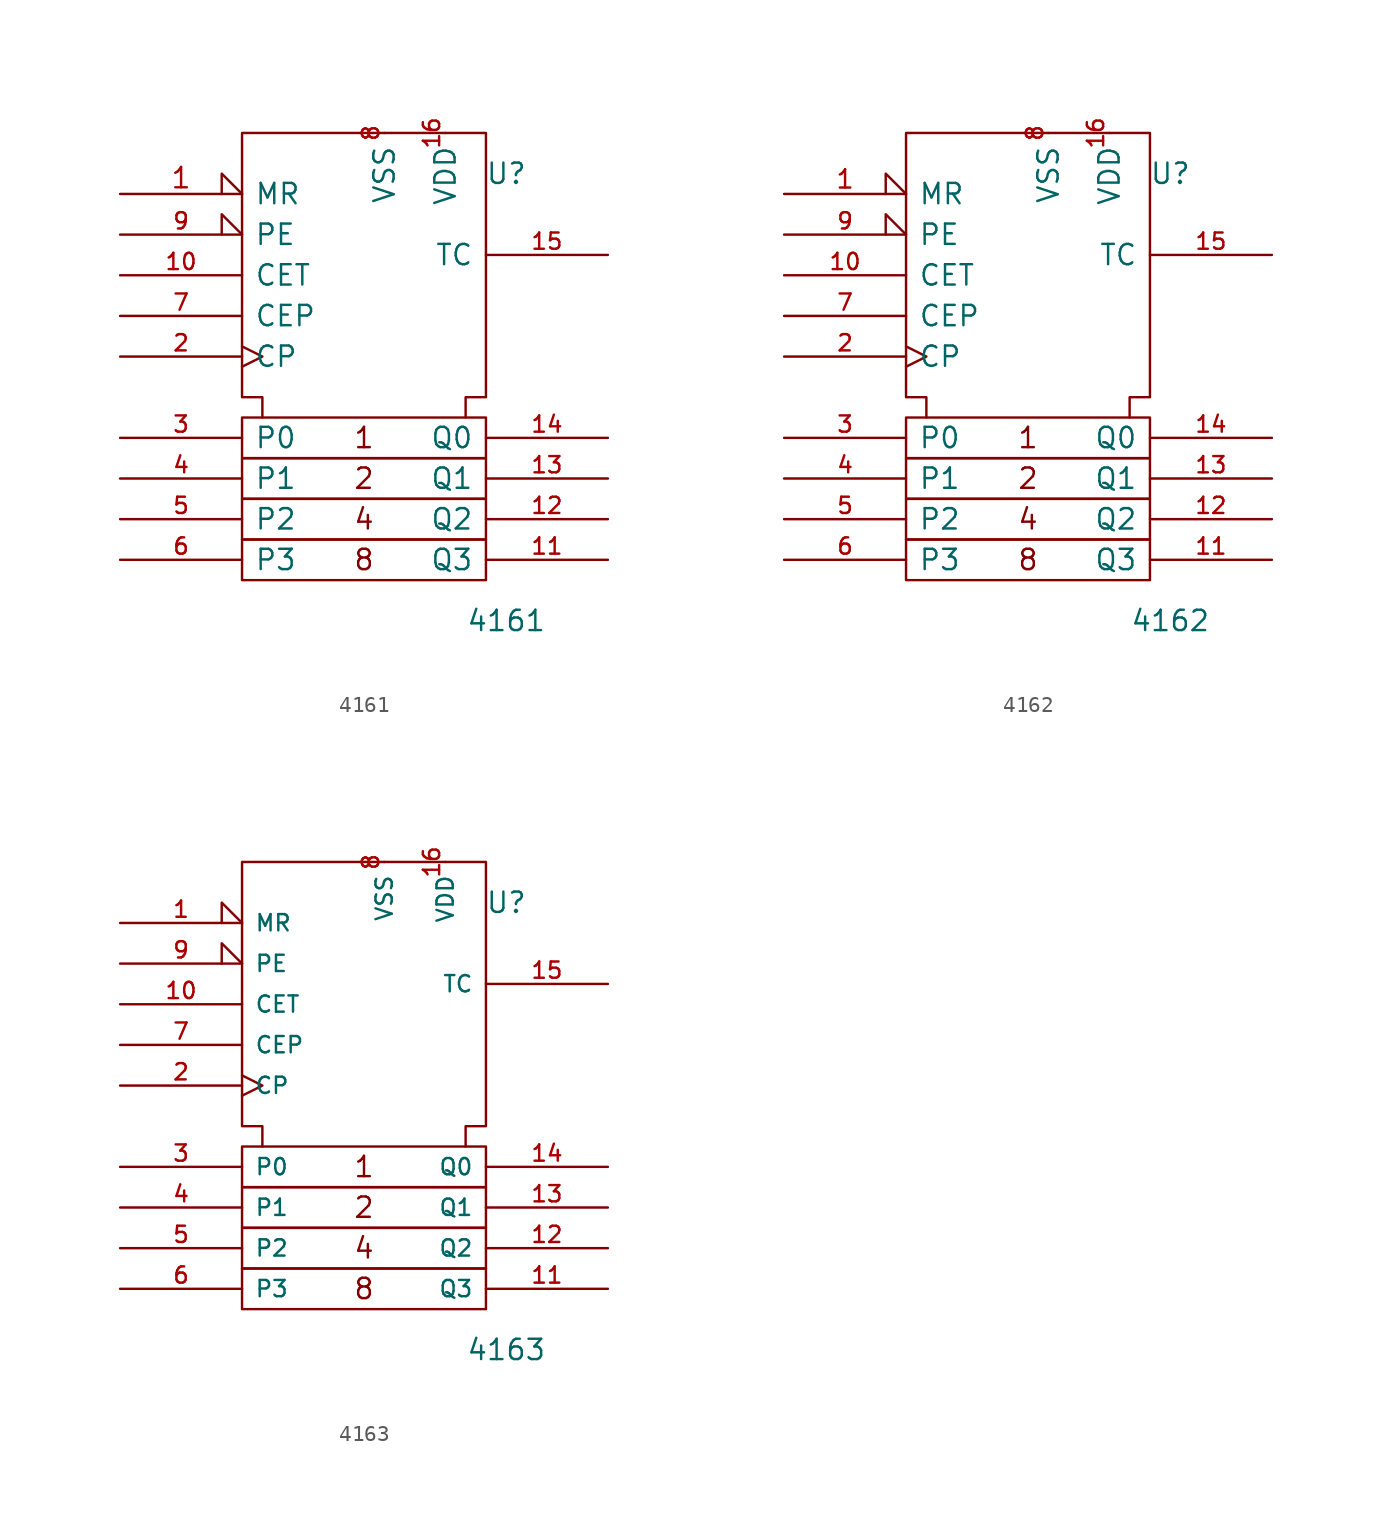
<source format=kicad_sym>
(kicad_symbol_lib
  (version 20201005)
  (generator kicad_symbol_editor)
  (symbol "4xxx_IEEE:4161"
    (pin_names
      (offset 0.762))
    (property "Reference" "U"
      (at 8.89 8.89 0)
      (effects (font (size 1.27 1.27))))
    (property "Value" "4161"
      (at 8.89 -19.05 0)
      (effects (font (size 1.27 1.27))))
    (symbol "4161_0_0"
      (text "1" (at 0 -7.62 0) (effects (font (size 1.27 1.27))))
      (text "2" (at 0 -10.16 0) (effects (font (size 1.27 1.27))))
      (text "4" (at 0 -12.7 0) (effects (font (size 1.27 1.27))))
      (text "8" (at 0 -15.24 0) (effects (font (size 1.27 1.27))))
      (rectangle (start -7.62 -13.97) (end 7.62 -16.51) (stroke (width 0)) (fill (type none)))
      (rectangle (start -7.62 -11.43) (end 7.62 -13.97) (stroke (width 0)) (fill (type none)))
      (rectangle (start -7.62 -8.89) (end 7.62 -11.43) (stroke (width 0)) (fill (type none)))
      (rectangle (start -7.62 -6.35) (end 7.62 -8.89) (stroke (width 0)) (fill (type none)))
      (polyline (pts (xy -6.35 -6.35) (xy -6.35 -5.08) (xy -7.62 -5.08) (xy -7.62 11.43) (xy 7.62 11.43) (xy 7.62 -5.08) (xy 6.35 -5.08) (xy 6.35 -6.35) (xy 6.35 -6.35)) (stroke (width 0)) (fill (type none))))
    (symbol "4161_1_1"
      (pin input input_low (at -15.24 7.62 0) (length 7.62) (name "MR" (effects (font (size 1.27 1.27)))) (number "1" (effects (font (size 1.27 1.27)))))
      (pin input line (at -15.24 2.54 0) (length 7.62) (name "CET" (effects (font (size 1.27 1.27)))) (number "10" (effects (font (size 1.016 1.016)))))
      (pin output line (at 15.24 -15.24 180) (length 7.62) (name "Q3" (effects (font (size 1.27 1.27)))) (number "11" (effects (font (size 1.016 1.016)))))
      (pin output line (at 15.24 -12.7 180) (length 7.62) (name "Q2" (effects (font (size 1.27 1.27)))) (number "12" (effects (font (size 1.016 1.016)))))
      (pin output line (at 15.24 -10.16 180) (length 7.62) (name "Q1" (effects (font (size 1.27 1.27)))) (number "13" (effects (font (size 1.016 1.016)))))
      (pin output line (at 15.24 -7.62 180) (length 7.62) (name "Q0" (effects (font (size 1.27 1.27)))) (number "14" (effects (font (size 1.016 1.016)))))
      (pin output line (at 15.24 3.81 180) (length 7.62) (name "TC" (effects (font (size 1.27 1.27)))) (number "15" (effects (font (size 1.016 1.016)))))
      (pin power_in line (at 5.08 11.43 270) (length 0) (name "VDD" (effects (font (size 1.27 1.27)))) (number "16" (effects (font (size 1.016 1.016)))))
      (pin input clock (at -15.24 -2.54 0) (length 7.62) (name "CP" (effects (font (size 1.27 1.27)))) (number "2" (effects (font (size 1.016 1.016)))))
      (pin input line (at -15.24 -7.62 0) (length 7.62) (name "P0" (effects (font (size 1.27 1.27)))) (number "3" (effects (font (size 1.016 1.016)))))
      (pin input line (at -15.24 -10.16 0) (length 7.62) (name "P1" (effects (font (size 1.27 1.27)))) (number "4" (effects (font (size 1.016 1.016)))))
      (pin input line (at -15.24 -12.7 0) (length 7.62) (name "P2" (effects (font (size 1.27 1.27)))) (number "5" (effects (font (size 1.016 1.016)))))
      (pin input line (at -15.24 -15.24 0) (length 7.62) (name "P3" (effects (font (size 1.27 1.27)))) (number "6" (effects (font (size 1.016 1.016)))))
      (pin input line (at -15.24 0 0) (length 7.62) (name "CEP" (effects (font (size 1.27 1.27)))) (number "7" (effects (font (size 1.016 1.016)))))
      (pin power_in line (at 1.27 11.43 270) (length 0) (name "VSS" (effects (font (size 1.27 1.27)))) (number "8" (effects (font (size 1.016 1.016)))))
      (pin input input_low (at -15.24 5.08 0) (length 7.62) (name "PE" (effects (font (size 1.27 1.27)))) (number "9" (effects (font (size 1.016 1.016)))))))
  (symbol "4xxx_IEEE:4162"
    (pin_names
      (offset 0.762))
    (property "Reference" "U"
      (at 8.89 8.89 0)
      (effects (font (size 1.27 1.27))))
    (property "Value" "4162"
      (at 8.89 -19.05 0)
      (effects (font (size 1.27 1.27))))
    (symbol "4162_0_0"
      (text "1" (at 0 -7.62 0) (effects (font (size 1.27 1.27))))
      (text "2" (at 0 -10.16 0) (effects (font (size 1.27 1.27))))
      (text "4" (at 0 -12.7 0) (effects (font (size 1.27 1.27))))
      (text "8" (at 0 -15.24 0) (effects (font (size 1.27 1.27))))
      (rectangle (start -7.62 -13.97) (end 7.62 -16.51) (stroke (width 0)) (fill (type none)))
      (rectangle (start -7.62 -11.43) (end 7.62 -13.97) (stroke (width 0)) (fill (type none)))
      (rectangle (start -7.62 -8.89) (end 7.62 -11.43) (stroke (width 0)) (fill (type none)))
      (rectangle (start -7.62 -6.35) (end 7.62 -8.89) (stroke (width 0)) (fill (type none)))
      (polyline (pts (xy -6.35 -6.35) (xy -6.35 -5.08) (xy -7.62 -5.08) (xy -7.62 11.43) (xy 7.62 11.43) (xy 7.62 -5.08) (xy 6.35 -5.08) (xy 6.35 -6.35) (xy 6.35 -6.35)) (stroke (width 0)) (fill (type none))))
    (symbol "4162_1_1"
      (pin input input_low (at -15.24 7.62 0) (length 7.62) (name "MR" (effects (font (size 1.27 1.27)))) (number "1" (effects (font (size 1.143 1.143)))))
      (pin input line (at -15.24 2.54 0) (length 7.62) (name "CET" (effects (font (size 1.27 1.27)))) (number "10" (effects (font (size 1.016 1.016)))))
      (pin output line (at 15.24 -15.24 180) (length 7.62) (name "Q3" (effects (font (size 1.27 1.27)))) (number "11" (effects (font (size 1.016 1.016)))))
      (pin output line (at 15.24 -12.7 180) (length 7.62) (name "Q2" (effects (font (size 1.27 1.27)))) (number "12" (effects (font (size 1.016 1.016)))))
      (pin output line (at 15.24 -10.16 180) (length 7.62) (name "Q1" (effects (font (size 1.27 1.27)))) (number "13" (effects (font (size 1.016 1.016)))))
      (pin output line (at 15.24 -7.62 180) (length 7.62) (name "Q0" (effects (font (size 1.27 1.27)))) (number "14" (effects (font (size 1.016 1.016)))))
      (pin output line (at 15.24 3.81 180) (length 7.62) (name "TC" (effects (font (size 1.27 1.27)))) (number "15" (effects (font (size 1.016 1.016)))))
      (pin power_in line (at 5.08 11.43 270) (length 0) (name "VDD" (effects (font (size 1.27 1.27)))) (number "16" (effects (font (size 1.016 1.016)))))
      (pin input clock (at -15.24 -2.54 0) (length 7.62) (name "CP" (effects (font (size 1.27 1.27)))) (number "2" (effects (font (size 1.016 1.016)))))
      (pin input line (at -15.24 -7.62 0) (length 7.62) (name "P0" (effects (font (size 1.27 1.27)))) (number "3" (effects (font (size 1.016 1.016)))))
      (pin input line (at -15.24 -10.16 0) (length 7.62) (name "P1" (effects (font (size 1.27 1.27)))) (number "4" (effects (font (size 1.016 1.016)))))
      (pin input line (at -15.24 -12.7 0) (length 7.62) (name "P2" (effects (font (size 1.27 1.27)))) (number "5" (effects (font (size 1.016 1.016)))))
      (pin input line (at -15.24 -15.24 0) (length 7.62) (name "P3" (effects (font (size 1.27 1.27)))) (number "6" (effects (font (size 1.016 1.016)))))
      (pin input line (at -15.24 0 0) (length 7.62) (name "CEP" (effects (font (size 1.27 1.27)))) (number "7" (effects (font (size 1.016 1.016)))))
      (pin power_in line (at 1.27 11.43 270) (length 0) (name "VSS" (effects (font (size 1.27 1.27)))) (number "8" (effects (font (size 1.016 1.016)))))
      (pin input input_low (at -15.24 5.08 0) (length 7.62) (name "PE" (effects (font (size 1.27 1.27)))) (number "9" (effects (font (size 1.016 1.016)))))))
  (symbol "4xxx_IEEE:4163"
    (pin_names
      (offset 0.762))
    (property "Reference" "U"
      (at 8.89 10.16 0)
      (effects (font (size 1.27 1.27))))
    (property "Value" "4163"
      (at 8.89 -17.78 0)
      (effects (font (size 1.27 1.27))))
    (symbol "4163_0_0"
      (text "1" (at 0 -6.35 0) (effects (font (size 1.27 1.27))))
      (text "2" (at 0 -8.89 0) (effects (font (size 1.27 1.27))))
      (text "4" (at 0 -11.43 0) (effects (font (size 1.27 1.27))))
      (text "8" (at 0 -13.97 0) (effects (font (size 1.27 1.27))))
      (rectangle (start -7.62 -12.7) (end 7.62 -15.24) (stroke (width 0)) (fill (type none)))
      (rectangle (start -7.62 -10.16) (end 7.62 -12.7) (stroke (width 0)) (fill (type none)))
      (rectangle (start -7.62 -7.62) (end 7.62 -10.16) (stroke (width 0)) (fill (type none)))
      (rectangle (start -7.62 -5.08) (end 7.62 -7.62) (stroke (width 0)) (fill (type none)))
      (polyline (pts (xy -6.35 -5.08) (xy -6.35 -3.81) (xy -7.62 -3.81) (xy -7.62 12.7) (xy 7.62 12.7) (xy 7.62 -3.81) (xy 6.35 -3.81) (xy 6.35 -5.08) (xy 6.35 -5.08)) (stroke (width 0)) (fill (type none))))
    (symbol "4163_1_1"
      (pin input input_low (at -15.24 8.89 0) (length 7.62) (name "MR" (effects (font (size 1.016 1.016)))) (number "1" (effects (font (size 1.016 1.016)))))
      (pin input line (at -15.24 3.81 0) (length 7.62) (name "CET" (effects (font (size 1.016 1.016)))) (number "10" (effects (font (size 1.016 1.016)))))
      (pin output line (at 15.24 -13.97 180) (length 7.62) (name "Q3" (effects (font (size 1.016 1.016)))) (number "11" (effects (font (size 1.016 1.016)))))
      (pin output line (at 15.24 -11.43 180) (length 7.62) (name "Q2" (effects (font (size 1.016 1.016)))) (number "12" (effects (font (size 1.016 1.016)))))
      (pin output line (at 15.24 -8.89 180) (length 7.62) (name "Q1" (effects (font (size 1.016 1.016)))) (number "13" (effects (font (size 1.016 1.016)))))
      (pin output line (at 15.24 -6.35 180) (length 7.62) (name "Q0" (effects (font (size 1.016 1.016)))) (number "14" (effects (font (size 1.016 1.016)))))
      (pin output line (at 15.24 5.08 180) (length 7.62) (name "TC" (effects (font (size 1.016 1.016)))) (number "15" (effects (font (size 1.016 1.016)))))
      (pin power_in line (at 5.08 12.7 270) (length 0) (name "VDD" (effects (font (size 1.016 1.016)))) (number "16" (effects (font (size 1.016 1.016)))))
      (pin input clock (at -15.24 -1.27 0) (length 7.62) (name "CP" (effects (font (size 1.016 1.016)))) (number "2" (effects (font (size 1.016 1.016)))))
      (pin input line (at -15.24 -6.35 0) (length 7.62) (name "P0" (effects (font (size 1.016 1.016)))) (number "3" (effects (font (size 1.016 1.016)))))
      (pin input line (at -15.24 -8.89 0) (length 7.62) (name "P1" (effects (font (size 1.016 1.016)))) (number "4" (effects (font (size 1.016 1.016)))))
      (pin input line (at -15.24 -11.43 0) (length 7.62) (name "P2" (effects (font (size 1.016 1.016)))) (number "5" (effects (font (size 1.016 1.016)))))
      (pin input line (at -15.24 -13.97 0) (length 7.62) (name "P3" (effects (font (size 1.016 1.016)))) (number "6" (effects (font (size 1.016 1.016)))))
      (pin input line (at -15.24 1.27 0) (length 7.62) (name "CEP" (effects (font (size 1.016 1.016)))) (number "7" (effects (font (size 1.016 1.016)))))
      (pin power_in line (at 1.27 12.7 270) (length 0) (name "VSS" (effects (font (size 1.016 1.016)))) (number "8" (effects (font (size 1.016 1.016)))))
      (pin input input_low (at -15.24 6.35 0) (length 7.62) (name "PE" (effects (font (size 1.016 1.016)))) (number "9" (effects (font (size 1.016 1.016))))))))
</source>
